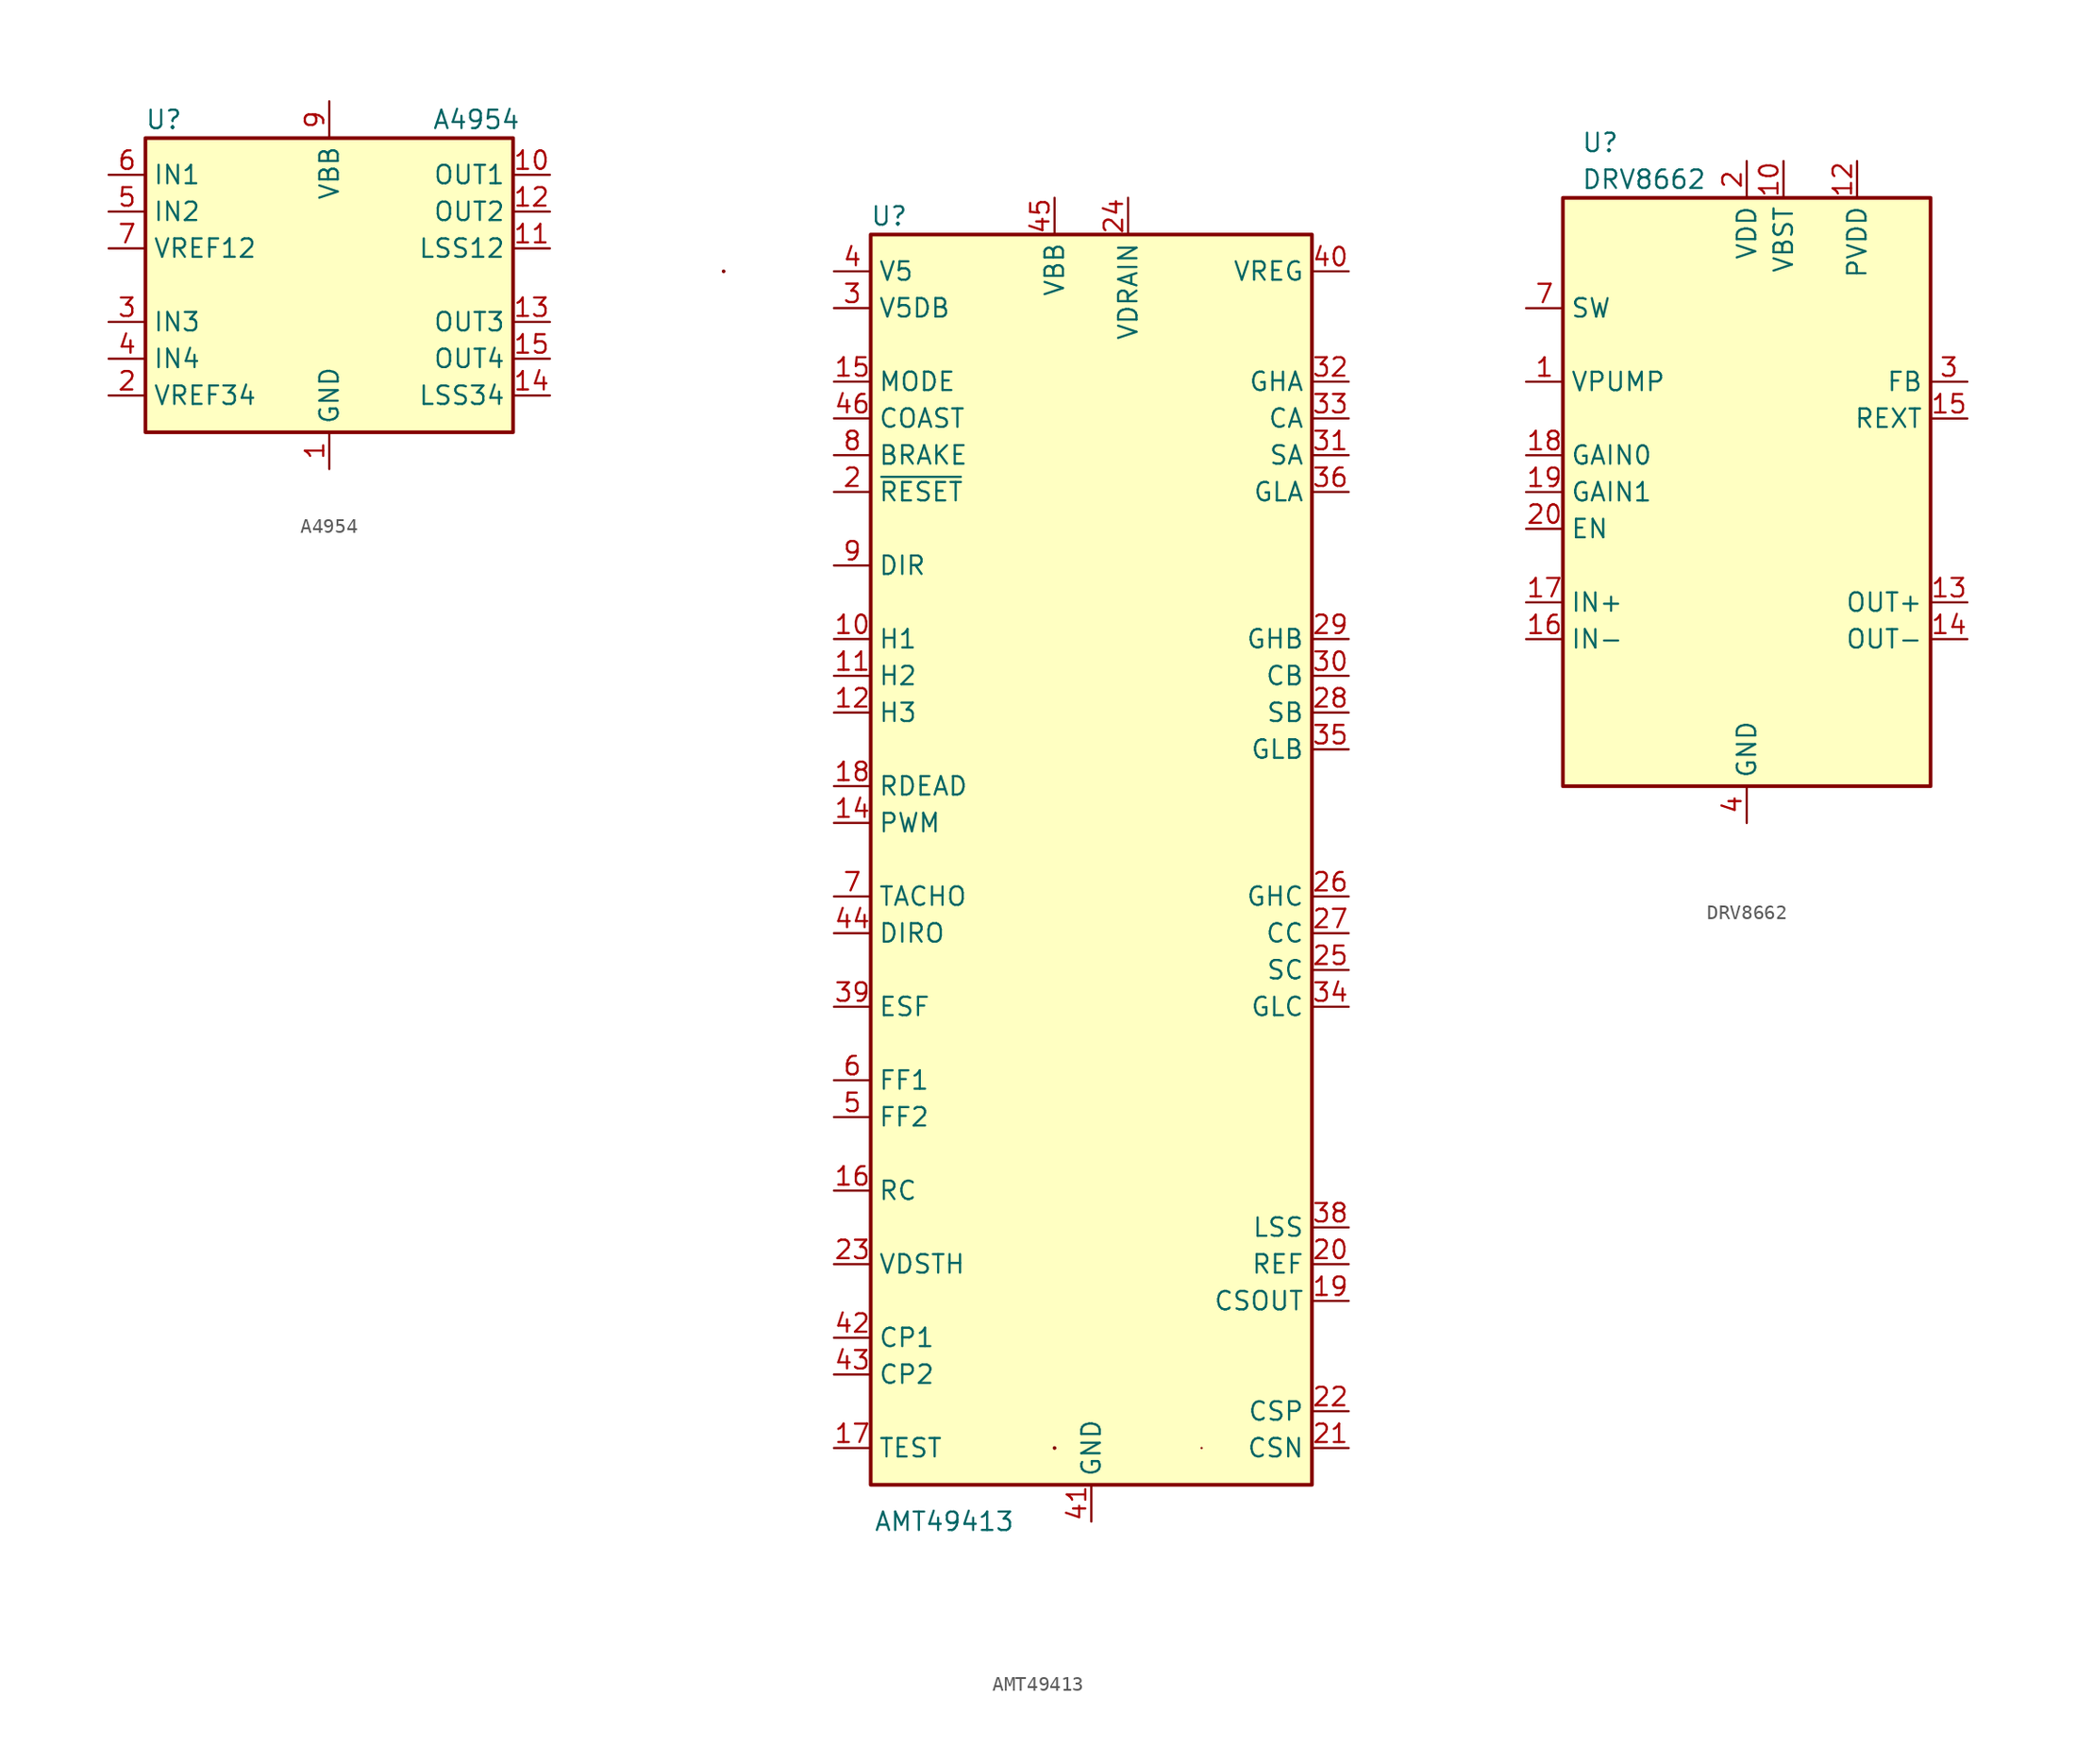
<source format=kicad_sym>
(kicad_symbol_lib
  (version 20201005)
  (generator kicad_symbol_editor)
  (symbol "A4954"
    (property "Reference" "U"
      (at -11.43 11.43 0)
      (effects (font (size 1.27 1.27))))
    (property "Value" "A4954"
      (at 10.16 11.43 0)
      (effects (font (size 1.27 1.27))))
    (symbol "A4954_0_1"
      (rectangle (start -12.7 10.16) (end 12.7 -10.16) (stroke (width 0.254)) (fill (type background))))
    (symbol "A4954_1_1"
      (pin power_in line (at 0 -12.7 90) (length 2.54) (name "GND" (effects (font (size 1.27 1.27)))) (number "1" (effects (font (size 1.27 1.27)))))
      (pin power_out line (at 15.24 7.62 180) (length 2.54) (name "OUT1" (effects (font (size 1.27 1.27)))) (number "10" (effects (font (size 1.27 1.27)))))
      (pin power_in line (at 15.24 2.54 180) (length 2.54) (name "LSS12" (effects (font (size 1.27 1.27)))) (number "11" (effects (font (size 1.27 1.27)))))
      (pin power_out line (at 15.24 5.08 180) (length 2.54) (name "OUT2" (effects (font (size 1.27 1.27)))) (number "12" (effects (font (size 1.27 1.27)))))
      (pin power_out line (at 15.24 -2.54 180) (length 2.54) (name "OUT3" (effects (font (size 1.27 1.27)))) (number "13" (effects (font (size 1.27 1.27)))))
      (pin power_in line (at 15.24 -7.62 180) (length 2.54) (name "LSS34" (effects (font (size 1.27 1.27)))) (number "14" (effects (font (size 1.27 1.27)))))
      (pin power_out line (at 15.24 -5.08 180) (length 2.54) (name "OUT4" (effects (font (size 1.27 1.27)))) (number "15" (effects (font (size 1.27 1.27)))))
      (pin passive line (at 0 12.7 270) (length 2.54) hide (name "VBB" (effects (font (size 1.27 1.27)))) (number "16" (effects (font (size 1.27 1.27)))))
      (pin passive line (at 0 -12.7 90) (length 2.54) hide (name "GND" (effects (font (size 1.27 1.27)))) (number "17" (effects (font (size 1.27 1.27)))))
      (pin input line (at -15.24 -7.62 0) (length 2.54) (name "VREF34" (effects (font (size 1.27 1.27)))) (number "2" (effects (font (size 1.27 1.27)))))
      (pin input line (at -15.24 -2.54 0) (length 2.54) (name "IN3" (effects (font (size 1.27 1.27)))) (number "3" (effects (font (size 1.27 1.27)))))
      (pin input line (at -15.24 -5.08 0) (length 2.54) (name "IN4" (effects (font (size 1.27 1.27)))) (number "4" (effects (font (size 1.27 1.27)))))
      (pin input line (at -15.24 5.08 0) (length 2.54) (name "IN2" (effects (font (size 1.27 1.27)))) (number "5" (effects (font (size 1.27 1.27)))))
      (pin input line (at -15.24 7.62 0) (length 2.54) (name "IN1" (effects (font (size 1.27 1.27)))) (number "6" (effects (font (size 1.27 1.27)))))
      (pin input line (at -15.24 2.54 0) (length 2.54) (name "VREF12" (effects (font (size 1.27 1.27)))) (number "7" (effects (font (size 1.27 1.27)))))
      (pin passive line (at 0 -12.7 90) (length 2.54) hide (name "GND" (effects (font (size 1.27 1.27)))) (number "8" (effects (font (size 1.27 1.27)))))
      (pin power_in line (at 0 12.7 270) (length 2.54) (name "VBB" (effects (font (size 1.27 1.27)))) (number "9" (effects (font (size 1.27 1.27)))))))
  (symbol "AMT49413"
    (property "Reference" "U"
      (at -13.97 44.45 0)
      (effects (font (size 1.27 1.27))))
    (property "Value" "AMT49413"
      (at -10.16 -45.72 0)
      (effects (font (size 1.27 1.27))))
    (symbol "AMT49413_0_1"
      (rectangle (start -25.4 40.64) (end -25.4 40.64) (stroke (width 0.254)) (fill (type none)))
      (rectangle (start -2.54 -40.64) (end -2.54 -40.64) (stroke (width 0.254)) (fill (type none)))
      (rectangle (start 7.62 -40.64) (end 7.62 -40.64) (stroke (width 0)) (fill (type none)))
      (rectangle (start -15.24 -43.18) (end 15.24 43.18) (stroke (width 0.254)) (fill (type background))))
    (symbol "AMT49413_1_1"
      (pin no_connect line (at -5.08 -43.18 90) (length 2.54) hide (name "N.C." (effects (font (size 1.27 1.27)))) (number "1" (effects (font (size 1.27 1.27)))))
      (pin input line (at -17.78 15.24 0) (length 2.54) (name "H1" (effects (font (size 1.27 1.27)))) (number "10" (effects (font (size 1.27 1.27)))))
      (pin input line (at -17.78 12.7 0) (length 2.54) (name "H2" (effects (font (size 1.27 1.27)))) (number "11" (effects (font (size 1.27 1.27)))))
      (pin input line (at -17.78 10.16 0) (length 2.54) (name "H3" (effects (font (size 1.27 1.27)))) (number "12" (effects (font (size 1.27 1.27)))))
      (pin no_connect line (at -2.54 -43.18 90) (length 2.54) hide (name "N.C." (effects (font (size 1.27 1.27)))) (number "13" (effects (font (size 1.27 1.27)))))
      (pin input line (at -17.78 2.54 0) (length 2.54) (name "PWM" (effects (font (size 1.27 1.27)))) (number "14" (effects (font (size 1.27 1.27)))))
      (pin input line (at -17.78 33.02 0) (length 2.54) (name "MODE" (effects (font (size 1.27 1.27)))) (number "15" (effects (font (size 1.27 1.27)))))
      (pin passive line (at -17.78 -22.86 0) (length 2.54) (name "RC" (effects (font (size 1.27 1.27)))) (number "16" (effects (font (size 1.27 1.27)))))
      (pin input line (at -17.78 -40.64 0) (length 2.54) (name "TEST" (effects (font (size 1.27 1.27)))) (number "17" (effects (font (size 1.27 1.27)))))
      (pin passive line (at -17.78 5.08 0) (length 2.54) (name "RDEAD" (effects (font (size 1.27 1.27)))) (number "18" (effects (font (size 1.27 1.27)))))
      (pin input line (at 17.78 -30.48 180) (length 2.54) (name "CSOUT" (effects (font (size 1.27 1.27)))) (number "19" (effects (font (size 1.27 1.27)))))
      (pin input line (at -17.78 25.4 0) (length 2.54) (name "~RESET" (effects (font (size 1.27 1.27)))) (number "2" (effects (font (size 1.27 1.27)))))
      (pin input line (at 17.78 -27.94 180) (length 2.54) (name "REF" (effects (font (size 1.27 1.27)))) (number "20" (effects (font (size 1.27 1.27)))))
      (pin input line (at 17.78 -40.64 180) (length 2.54) (name "CSN" (effects (font (size 1.27 1.27)))) (number "21" (effects (font (size 1.27 1.27)))))
      (pin input line (at 17.78 -38.1 180) (length 2.54) (name "CSP" (effects (font (size 1.27 1.27)))) (number "22" (effects (font (size 1.27 1.27)))))
      (pin input line (at -17.78 -27.94 0) (length 2.54) (name "VDSTH" (effects (font (size 1.27 1.27)))) (number "23" (effects (font (size 1.27 1.27)))))
      (pin power_in line (at 2.54 45.72 270) (length 2.54) (name "VDRAIN" (effects (font (size 1.27 1.27)))) (number "24" (effects (font (size 1.27 1.27)))))
      (pin input line (at 17.78 -7.62 180) (length 2.54) (name "SC" (effects (font (size 1.27 1.27)))) (number "25" (effects (font (size 1.27 1.27)))))
      (pin output line (at 17.78 -2.54 180) (length 2.54) (name "GHC" (effects (font (size 1.27 1.27)))) (number "26" (effects (font (size 1.27 1.27)))))
      (pin passive line (at 17.78 -5.08 180) (length 2.54) (name "CC" (effects (font (size 1.27 1.27)))) (number "27" (effects (font (size 1.27 1.27)))))
      (pin input line (at 17.78 10.16 180) (length 2.54) (name "SB" (effects (font (size 1.27 1.27)))) (number "28" (effects (font (size 1.27 1.27)))))
      (pin output line (at 17.78 15.24 180) (length 2.54) (name "GHB" (effects (font (size 1.27 1.27)))) (number "29" (effects (font (size 1.27 1.27)))))
      (pin power_out line (at -17.78 38.1 0) (length 2.54) (name "V5DB" (effects (font (size 1.27 1.27)))) (number "3" (effects (font (size 1.27 1.27)))))
      (pin passive line (at 17.78 12.7 180) (length 2.54) (name "CB" (effects (font (size 1.27 1.27)))) (number "30" (effects (font (size 1.27 1.27)))))
      (pin input line (at 17.78 27.94 180) (length 2.54) (name "SA" (effects (font (size 1.27 1.27)))) (number "31" (effects (font (size 1.27 1.27)))))
      (pin output line (at 17.78 33.02 180) (length 2.54) (name "GHA" (effects (font (size 1.27 1.27)))) (number "32" (effects (font (size 1.27 1.27)))))
      (pin passive line (at 17.78 30.48 180) (length 2.54) (name "CA" (effects (font (size 1.27 1.27)))) (number "33" (effects (font (size 1.27 1.27)))))
      (pin output line (at 17.78 -10.16 180) (length 2.54) (name "GLC" (effects (font (size 1.27 1.27)))) (number "34" (effects (font (size 1.27 1.27)))))
      (pin output line (at 17.78 7.62 180) (length 2.54) (name "GLB" (effects (font (size 1.27 1.27)))) (number "35" (effects (font (size 1.27 1.27)))))
      (pin output line (at 17.78 25.4 180) (length 2.54) (name "GLA" (effects (font (size 1.27 1.27)))) (number "36" (effects (font (size 1.27 1.27)))))
      (pin no_connect line (at 5.08 -43.18 90) (length 2.54) hide (name "N.C." (effects (font (size 1.27 1.27)))) (number "37" (effects (font (size 1.27 1.27)))))
      (pin input line (at 17.78 -25.4 180) (length 2.54) (name "LSS" (effects (font (size 1.27 1.27)))) (number "38" (effects (font (size 1.27 1.27)))))
      (pin input line (at -17.78 -10.16 0) (length 2.54) (name "ESF" (effects (font (size 1.27 1.27)))) (number "39" (effects (font (size 1.27 1.27)))))
      (pin power_out line (at -17.78 40.64 0) (length 2.54) (name "V5" (effects (font (size 1.27 1.27)))) (number "4" (effects (font (size 1.27 1.27)))))
      (pin power_out line (at 17.78 40.64 180) (length 2.54) (name "VREG" (effects (font (size 1.27 1.27)))) (number "40" (effects (font (size 1.27 1.27)))))
      (pin power_in line (at 0 -45.72 90) (length 2.54) (name "GND" (effects (font (size 1.27 1.27)))) (number "41" (effects (font (size 1.27 1.27)))))
      (pin passive line (at -17.78 -33.02 0) (length 2.54) (name "CP1" (effects (font (size 1.27 1.27)))) (number "42" (effects (font (size 1.27 1.27)))))
      (pin passive line (at -17.78 -35.56 0) (length 2.54) (name "CP2" (effects (font (size 1.27 1.27)))) (number "43" (effects (font (size 1.27 1.27)))))
      (pin output line (at -17.78 -5.08 0) (length 2.54) (name "DIRO" (effects (font (size 1.27 1.27)))) (number "44" (effects (font (size 1.27 1.27)))))
      (pin power_in line (at -2.54 45.72 270) (length 2.54) (name "VBB" (effects (font (size 1.27 1.27)))) (number "45" (effects (font (size 1.27 1.27)))))
      (pin input line (at -17.78 30.48 0) (length 2.54) (name "COAST" (effects (font (size 1.27 1.27)))) (number "46" (effects (font (size 1.27 1.27)))))
      (pin no_connect line (at 7.62 -43.18 90) (length 2.54) hide (name "N.C." (effects (font (size 1.27 1.27)))) (number "47" (effects (font (size 1.27 1.27)))))
      (pin no_connect line (at -7.62 -43.18 90) (length 2.54) hide (name "N.C." (effects (font (size 1.27 1.27)))) (number "48" (effects (font (size 1.27 1.27)))))
      (pin passive line (at 0 -45.72 90) (length 2.54) hide (name "GND" (effects (font (size 1.27 1.27)))) (number "49" (effects (font (size 1.27 1.27)))))
      (pin open_collector line (at -17.78 -17.78 0) (length 2.54) (name "FF2" (effects (font (size 1.27 1.27)))) (number "5" (effects (font (size 1.27 1.27)))))
      (pin open_collector line (at -17.78 -15.24 0) (length 2.54) (name "FF1" (effects (font (size 1.27 1.27)))) (number "6" (effects (font (size 1.27 1.27)))))
      (pin output line (at -17.78 -2.54 0) (length 2.54) (name "TACHO" (effects (font (size 1.27 1.27)))) (number "7" (effects (font (size 1.27 1.27)))))
      (pin input line (at -17.78 27.94 0) (length 2.54) (name "BRAKE" (effects (font (size 1.27 1.27)))) (number "8" (effects (font (size 1.27 1.27)))))
      (pin input line (at -17.78 20.32 0) (length 2.54) (name "DIR" (effects (font (size 1.27 1.27)))) (number "9" (effects (font (size 1.27 1.27)))))))
  (symbol "DRV8662"
    (property "Reference" "U"
      (at -11.43 24.13 0)
      (effects (font (size 1.27 1.27)) (justify left)))
    (property "Value" "DRV8662"
      (at -11.43 21.59 0)
      (effects (font (size 1.27 1.27)) (justify left)))
    (symbol "DRV8662_0_1"
      (rectangle (start -12.7 20.32) (end 12.7 -20.32) (stroke (width 0.254)) (fill (type background))))
    (symbol "DRV8662_1_1"
      (pin output line (at -15.24 7.62 0) (length 2.54) (name "VPUMP" (effects (font (size 1.27 1.27)))) (number "1" (effects (font (size 1.27 1.27)))))
      (pin power_out line (at 2.54 22.86 270) (length 2.54) (name "VBST" (effects (font (size 1.27 1.27)))) (number "10" (effects (font (size 1.27 1.27)))))
      (pin passive line (at 2.54 22.86 270) (length 2.54) hide (name "VBST" (effects (font (size 1.27 1.27)))) (number "11" (effects (font (size 1.27 1.27)))))
      (pin power_in line (at 7.62 22.86 270) (length 2.54) (name "PVDD" (effects (font (size 1.27 1.27)))) (number "12" (effects (font (size 1.27 1.27)))))
      (pin output line (at 15.24 -7.62 180) (length 2.54) (name "OUT+" (effects (font (size 1.27 1.27)))) (number "13" (effects (font (size 1.27 1.27)))))
      (pin output line (at 15.24 -10.16 180) (length 2.54) (name "OUT-" (effects (font (size 1.27 1.27)))) (number "14" (effects (font (size 1.27 1.27)))))
      (pin input line (at 15.24 5.08 180) (length 2.54) (name "REXT" (effects (font (size 1.27 1.27)))) (number "15" (effects (font (size 1.27 1.27)))))
      (pin input line (at -15.24 -10.16 0) (length 2.54) (name "IN-" (effects (font (size 1.27 1.27)))) (number "16" (effects (font (size 1.27 1.27)))))
      (pin input line (at -15.24 -7.62 0) (length 2.54) (name "IN+" (effects (font (size 1.27 1.27)))) (number "17" (effects (font (size 1.27 1.27)))))
      (pin input line (at -15.24 2.54 0) (length 2.54) (name "GAIN0" (effects (font (size 1.27 1.27)))) (number "18" (effects (font (size 1.27 1.27)))))
      (pin input line (at -15.24 0 0) (length 2.54) (name "GAIN1" (effects (font (size 1.27 1.27)))) (number "19" (effects (font (size 1.27 1.27)))))
      (pin power_in line (at 0 22.86 270) (length 2.54) (name "VDD" (effects (font (size 1.27 1.27)))) (number "2" (effects (font (size 1.27 1.27)))))
      (pin input line (at -15.24 -2.54 0) (length 2.54) (name "EN" (effects (font (size 1.27 1.27)))) (number "20" (effects (font (size 1.27 1.27)))))
      (pin passive line (at 0 -22.86 90) (length 2.54) hide (name "GND" (effects (font (size 1.27 1.27)))) (number "21" (effects (font (size 1.27 1.27)))))
      (pin input line (at 15.24 7.62 180) (length 2.54) (name "FB" (effects (font (size 1.27 1.27)))) (number "3" (effects (font (size 1.27 1.27)))))
      (pin power_in line (at 0 -22.86 90) (length 2.54) (name "GND" (effects (font (size 1.27 1.27)))) (number "4" (effects (font (size 1.27 1.27)))))
      (pin passive line (at 0 -22.86 90) (length 2.54) hide (name "GND" (effects (font (size 1.27 1.27)))) (number "5" (effects (font (size 1.27 1.27)))))
      (pin passive line (at 0 -22.86 90) (length 2.54) hide (name "GND" (effects (font (size 1.27 1.27)))) (number "6" (effects (font (size 1.27 1.27)))))
      (pin input line (at -15.24 12.7 0) (length 2.54) (name "SW" (effects (font (size 1.27 1.27)))) (number "7" (effects (font (size 1.27 1.27)))))
      (pin input line (at -15.24 12.7 0) (length 2.54) hide (name "SW" (effects (font (size 1.27 1.27)))) (number "8" (effects (font (size 1.27 1.27)))))
      (pin no_connect line (at -15.24 -15.24 0) (length 2.54) hide (name "NC" (effects (font (size 1.27 1.27)))) (number "9" (effects (font (size 1.27 1.27))))))))
</source>
